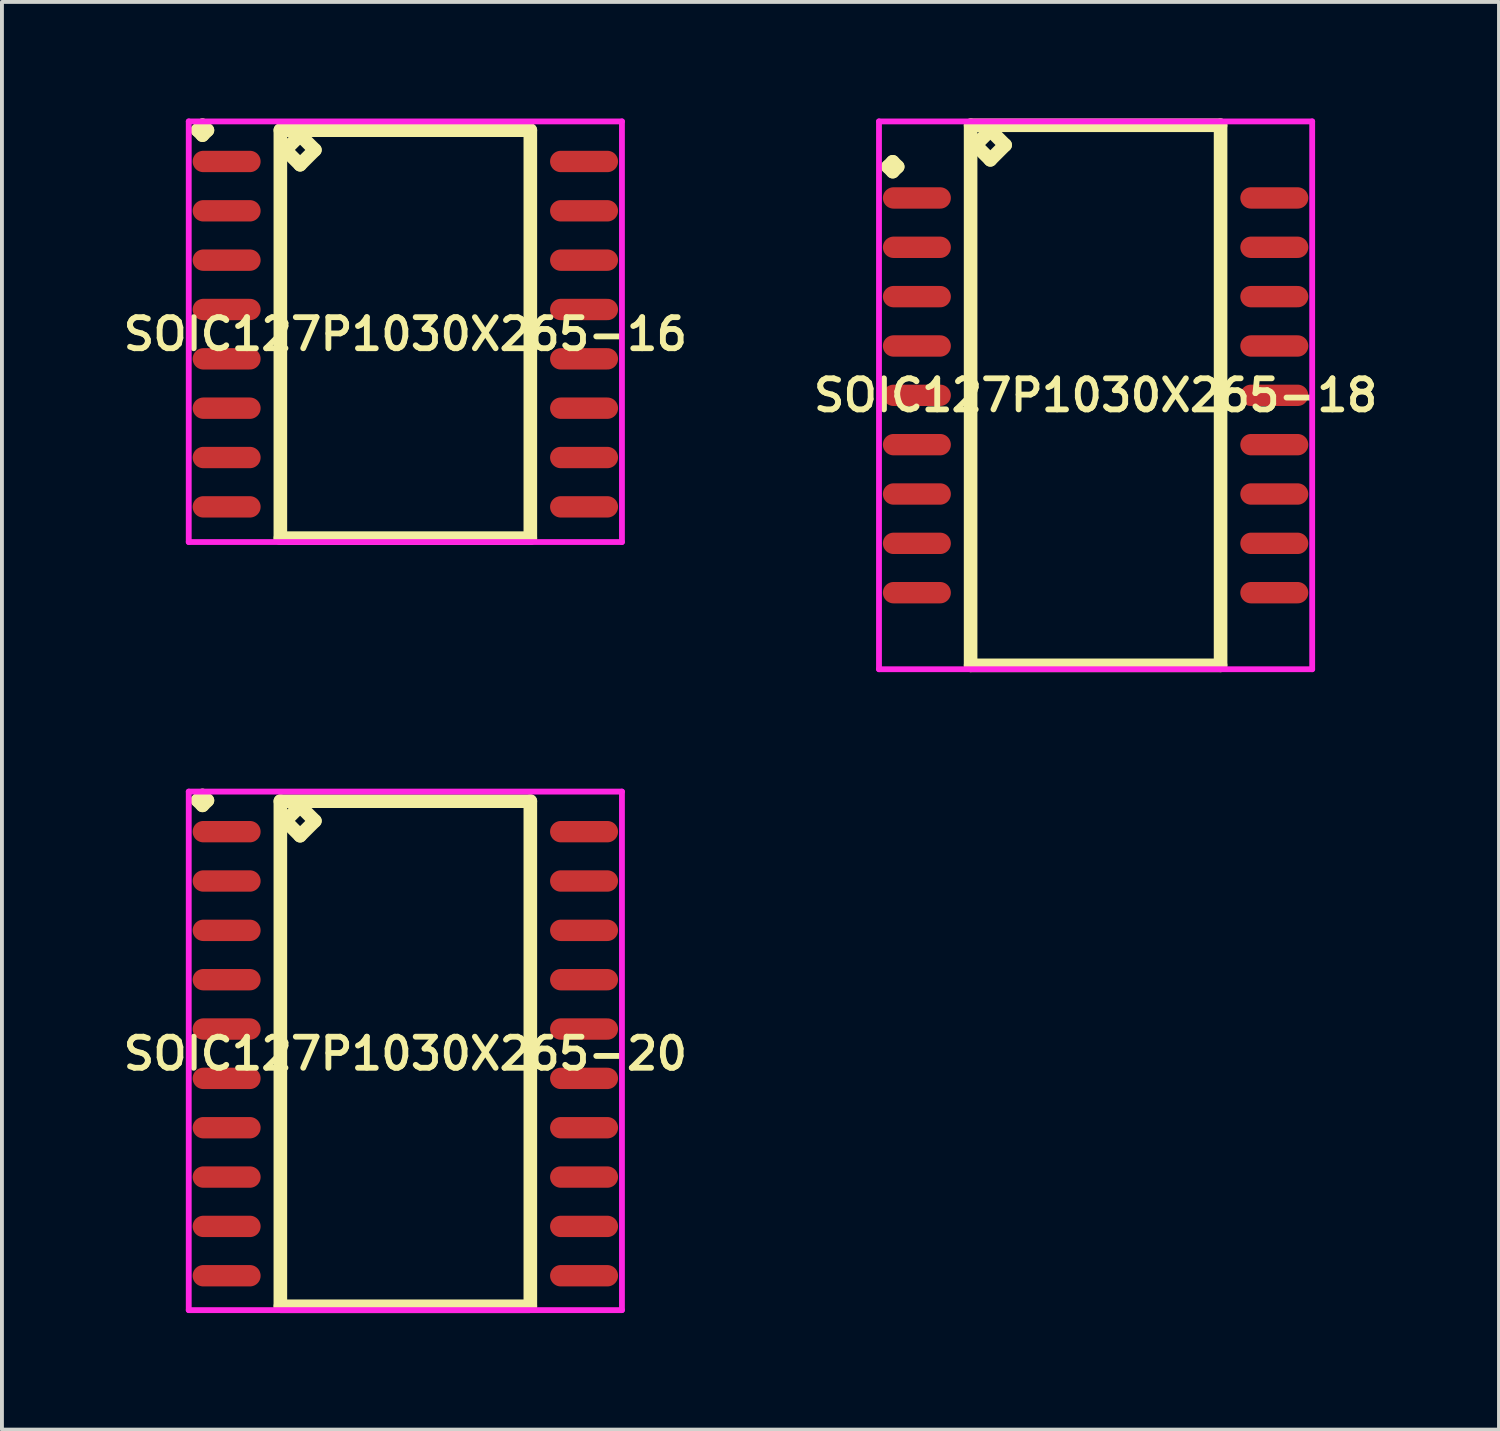
<source format=kicad_pcb>
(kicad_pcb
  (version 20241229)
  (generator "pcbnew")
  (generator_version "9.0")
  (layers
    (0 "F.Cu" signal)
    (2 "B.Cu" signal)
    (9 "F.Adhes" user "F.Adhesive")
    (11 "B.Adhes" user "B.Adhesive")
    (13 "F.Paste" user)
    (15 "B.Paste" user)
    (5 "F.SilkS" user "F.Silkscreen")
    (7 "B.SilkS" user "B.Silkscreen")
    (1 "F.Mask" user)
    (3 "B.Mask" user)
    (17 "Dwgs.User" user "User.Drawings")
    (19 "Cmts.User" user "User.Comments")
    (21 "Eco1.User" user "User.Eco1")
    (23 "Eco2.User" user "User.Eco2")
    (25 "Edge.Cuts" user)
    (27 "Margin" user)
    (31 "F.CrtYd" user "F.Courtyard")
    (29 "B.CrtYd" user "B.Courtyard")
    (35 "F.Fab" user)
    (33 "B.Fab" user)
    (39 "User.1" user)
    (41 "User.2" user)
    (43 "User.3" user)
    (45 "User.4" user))
  (footprint "SOIC127P1030X265-20"
    (layer "F.Cu")
    (at 7.383 24.071)
    (property "Reference" "SOIC127P1030X265-20" (at 0 0 0) (layer "F.SilkS") (effects (font (size 0.8 0.8) (thickness 0.15))))
    (attr through_hole)
    (fp_line (start -5.348 -6.519) (end -5.221 -6.646) (stroke (width 0.35) (type solid)) (layer "F.SilkS"))
    (fp_line (start -5.221 -6.646) (end -5.094 -6.519) (stroke (width 0.35) (type solid)) (layer "F.SilkS"))
    (fp_line (start -5.221 -6.392) (end -5.348 -6.519) (stroke (width 0.35) (type solid)) (layer "F.SilkS"))
    (fp_line (start -5.094 -6.519) (end -5.221 -6.392) (stroke (width 0.35) (type solid)) (layer "F.SilkS"))
    (fp_line (start -3.217 -6.5) (end -3.217 6.5) (stroke (width 0.35) (type solid)) (layer "F.SilkS"))
    (fp_line (start -3.217 6.5) (end 3.217 6.5) (stroke (width 0.35) (type solid)) (layer "F.SilkS"))
    (fp_line (start -3.09 -5.992) (end -2.709 -6.373) (stroke (width 0.35) (type solid)) (layer "F.SilkS"))
    (fp_line (start -2.709 -6.373) (end -2.328 -5.992) (stroke (width 0.35) (type solid)) (layer "F.SilkS"))
    (fp_line (start -2.709 -5.611) (end -3.09 -5.992) (stroke (width 0.35) (type solid)) (layer "F.SilkS"))
    (fp_line (start -2.328 -5.992) (end -2.709 -5.611) (stroke (width 0.35) (type solid)) (layer "F.SilkS"))
    (fp_line (start 3.217 -6.5) (end -3.217 -6.5) (stroke (width 0.35) (type solid)) (layer "F.SilkS"))
    (fp_line (start 3.217 6.5) (end 3.217 -6.5) (stroke (width 0.35) (type solid)) (layer "F.SilkS"))
    (fp_line (start -5.575 -6.746) (end 5.575 -6.746) (stroke (width 0.15) (type solid)) (layer "F.CrtYd"))
    (fp_line (start -5.575 6.6) (end -5.575 -6.746) (stroke (width 0.15) (type solid)) (layer "F.CrtYd"))
    (fp_line (start 5.575 -6.746) (end 5.575 6.6) (stroke (width 0.15) (type solid)) (layer "F.CrtYd"))
    (fp_line (start 5.575 6.6) (end -5.575 6.6) (stroke (width 0.15) (type solid)) (layer "F.CrtYd"))
    (pad "1" smd oval (at -4.6 -5.715) (size 1.75 0.55) (layers "F.Cu" "F.Mask" "F.Paste"))
    (pad "2" smd oval (at -4.6 -4.445) (size 1.75 0.55) (layers "F.Cu" "F.Mask" "F.Paste"))
    (pad "3" smd oval (at -4.6 -3.175) (size 1.75 0.55) (layers "F.Cu" "F.Mask" "F.Paste"))
    (pad "4" smd oval (at -4.6 -1.905) (size 1.75 0.55) (layers "F.Cu" "F.Mask" "F.Paste"))
    (pad "5" smd oval (at -4.6 -0.635) (size 1.75 0.55) (layers "F.Cu" "F.Mask" "F.Paste"))
    (pad "6" smd oval (at -4.6 0.635) (size 1.75 0.55) (layers "F.Cu" "F.Mask" "F.Paste"))
    (pad "7" smd oval (at -4.6 1.905) (size 1.75 0.55) (layers "F.Cu" "F.Mask" "F.Paste"))
    (pad "8" smd oval (at -4.6 3.175) (size 1.75 0.55) (layers "F.Cu" "F.Mask" "F.Paste"))
    (pad "9" smd oval (at -4.6 4.445) (size 1.75 0.55) (layers "F.Cu" "F.Mask" "F.Paste"))
    (pad "10" smd oval (at -4.6 5.715) (size 1.75 0.55) (layers "F.Cu" "F.Mask" "F.Paste"))
    (pad "11" smd oval (at 4.6 5.715) (size 1.75 0.55) (layers "F.Cu" "F.Mask" "F.Paste"))
    (pad "12" smd oval (at 4.6 4.445) (size 1.75 0.55) (layers "F.Cu" "F.Mask" "F.Paste"))
    (pad "13" smd oval (at 4.6 3.175) (size 1.75 0.55) (layers "F.Cu" "F.Mask" "F.Paste"))
    (pad "14" smd oval (at 4.6 1.905) (size 1.75 0.55) (layers "F.Cu" "F.Mask" "F.Paste"))
    (pad "15" smd oval (at 4.6 0.635) (size 1.75 0.55) (layers "F.Cu" "F.Mask" "F.Paste"))
    (pad "16" smd oval (at 4.6 -0.635) (size 1.75 0.55) (layers "F.Cu" "F.Mask" "F.Paste"))
    (pad "17" smd oval (at 4.6 -1.905) (size 1.75 0.55) (layers "F.Cu" "F.Mask" "F.Paste"))
    (pad "18" smd oval (at 4.6 -3.175) (size 1.75 0.55) (layers "F.Cu" "F.Mask" "F.Paste"))
    (pad "19" smd oval (at 4.6 -4.445) (size 1.75 0.55) (layers "F.Cu" "F.Mask" "F.Paste"))
    (pad "20" smd oval (at 4.6 -5.715) (size 1.75 0.55) (layers "F.Cu" "F.Mask" "F.Paste")))
  (footprint "SOIC127P1030X265-16"
    (layer "F.Cu")
    (at 7.383 5.551)
    (property "Reference" "SOIC127P1030X265-16" (at 0 0 0) (layer "F.SilkS") (effects (font (size 0.8 0.8) (thickness 0.15))))
    (attr smd)
    (fp_line (start -5.348 -5.249) (end -5.221 -5.376) (stroke (width 0.35) (type solid)) (layer "F.SilkS"))
    (fp_line (start -5.221 -5.376) (end -5.094 -5.249) (stroke (width 0.35) (type solid)) (layer "F.SilkS"))
    (fp_line (start -5.221 -5.122) (end -5.348 -5.249) (stroke (width 0.35) (type solid)) (layer "F.SilkS"))
    (fp_line (start -5.094 -5.249) (end -5.221 -5.122) (stroke (width 0.35) (type solid)) (layer "F.SilkS"))
    (fp_line (start -3.217 -5.25) (end -3.217 5.25) (stroke (width 0.35) (type solid)) (layer "F.SilkS"))
    (fp_line (start -3.217 5.25) (end 3.217 5.25) (stroke (width 0.35) (type solid)) (layer "F.SilkS"))
    (fp_line (start -3.09 -4.742) (end -2.709 -5.123) (stroke (width 0.35) (type solid)) (layer "F.SilkS"))
    (fp_line (start -2.709 -5.123) (end -2.328 -4.742) (stroke (width 0.35) (type solid)) (layer "F.SilkS"))
    (fp_line (start -2.709 -4.361) (end -3.09 -4.742) (stroke (width 0.35) (type solid)) (layer "F.SilkS"))
    (fp_line (start -2.328 -4.742) (end -2.709 -4.361) (stroke (width 0.35) (type solid)) (layer "F.SilkS"))
    (fp_line (start 3.217 -5.25) (end -3.217 -5.25) (stroke (width 0.35) (type solid)) (layer "F.SilkS"))
    (fp_line (start 3.217 5.25) (end 3.217 -5.25) (stroke (width 0.35) (type solid)) (layer "F.SilkS"))
    (fp_line (start -5.575 -5.476) (end 5.575 -5.476) (stroke (width 0.15) (type solid)) (layer "F.CrtYd"))
    (fp_line (start -5.575 5.35) (end -5.575 -5.476) (stroke (width 0.15) (type solid)) (layer "F.CrtYd"))
    (fp_line (start 5.575 -5.476) (end 5.575 5.35) (stroke (width 0.15) (type solid)) (layer "F.CrtYd"))
    (fp_line (start 5.575 5.35) (end -5.575 5.35) (stroke (width 0.15) (type solid)) (layer "F.CrtYd"))
    (pad "1" smd oval (at -4.6 -4.445) (size 1.75 0.55) (layers "F.Cu" "F.Mask" "F.Paste"))
    (pad "2" smd oval (at -4.6 -3.175) (size 1.75 0.55) (layers "F.Cu" "F.Mask" "F.Paste"))
    (pad "3" smd oval (at -4.6 -1.905) (size 1.75 0.55) (layers "F.Cu" "F.Mask" "F.Paste"))
    (pad "4" smd oval (at -4.6 -0.635) (size 1.75 0.55) (layers "F.Cu" "F.Mask" "F.Paste"))
    (pad "5" smd oval (at -4.6 0.635) (size 1.75 0.55) (layers "F.Cu" "F.Mask" "F.Paste"))
    (pad "6" smd oval (at -4.6 1.905) (size 1.75 0.55) (layers "F.Cu" "F.Mask" "F.Paste"))
    (pad "7" smd oval (at -4.6 3.175) (size 1.75 0.55) (layers "F.Cu" "F.Mask" "F.Paste"))
    (pad "8" smd oval (at -4.6 4.445) (size 1.75 0.55) (layers "F.Cu" "F.Mask" "F.Paste"))
    (pad "9" smd oval (at 4.6 4.445) (size 1.75 0.55) (layers "F.Cu" "F.Mask" "F.Paste"))
    (pad "10" smd oval (at 4.6 3.175) (size 1.75 0.55) (layers "F.Cu" "F.Mask" "F.Paste"))
    (pad "11" smd oval (at 4.6 1.905) (size 1.75 0.55) (layers "F.Cu" "F.Mask" "F.Paste"))
    (pad "12" smd oval (at 4.6 0.635) (size 1.75 0.55) (layers "F.Cu" "F.Mask" "F.Paste"))
    (pad "13" smd oval (at 4.6 -0.635) (size 1.75 0.55) (layers "F.Cu" "F.Mask" "F.Paste"))
    (pad "14" smd oval (at 4.6 -1.905) (size 1.75 0.55) (layers "F.Cu" "F.Mask" "F.Paste"))
    (pad "15" smd oval (at 4.6 -3.175) (size 1.75 0.55) (layers "F.Cu" "F.Mask" "F.Paste"))
    (pad "16" smd oval (at 4.6 -4.445) (size 1.75 0.55) (layers "F.Cu" "F.Mask" "F.Paste")))
  (footprint "SOIC127P1030X265-18"
    (layer "F.Cu")
    (at 25.149 7.125)
    (property "Reference" "SOIC127P1030X265-18" (at 0 0 0) (layer "F.SilkS") (effects (font (size 0.8 0.8) (thickness 0.15))))
    (attr smd)
    (fp_line (start -5.348 -5.884) (end -5.221 -6.011) (stroke (width 0.35) (type solid)) (layer "F.SilkS"))
    (fp_line (start -5.221 -6.011) (end -5.094 -5.884) (stroke (width 0.35) (type solid)) (layer "F.SilkS"))
    (fp_line (start -5.221 -5.757) (end -5.348 -5.884) (stroke (width 0.35) (type solid)) (layer "F.SilkS"))
    (fp_line (start -5.094 -5.884) (end -5.221 -5.757) (stroke (width 0.35) (type solid)) (layer "F.SilkS"))
    (fp_line (start -3.217 -6.95) (end -3.217 6.95) (stroke (width 0.35) (type solid)) (layer "F.SilkS"))
    (fp_line (start -3.217 6.95) (end 3.217 6.95) (stroke (width 0.35) (type solid)) (layer "F.SilkS"))
    (fp_line (start -3.09 -6.442) (end -2.709 -6.823) (stroke (width 0.35) (type solid)) (layer "F.SilkS"))
    (fp_line (start -2.709 -6.823) (end -2.328 -6.442) (stroke (width 0.35) (type solid)) (layer "F.SilkS"))
    (fp_line (start -2.709 -6.061) (end -3.09 -6.442) (stroke (width 0.35) (type solid)) (layer "F.SilkS"))
    (fp_line (start -2.328 -6.442) (end -2.709 -6.061) (stroke (width 0.35) (type solid)) (layer "F.SilkS"))
    (fp_line (start 3.217 -6.95) (end -3.217 -6.95) (stroke (width 0.35) (type solid)) (layer "F.SilkS"))
    (fp_line (start 3.217 6.95) (end 3.217 -6.95) (stroke (width 0.35) (type solid)) (layer "F.SilkS"))
    (fp_line (start -5.575 -7.05) (end 5.575 -7.05) (stroke (width 0.15) (type solid)) (layer "F.CrtYd"))
    (fp_line (start -5.575 7.05) (end -5.575 -7.05) (stroke (width 0.15) (type solid)) (layer "F.CrtYd"))
    (fp_line (start 5.575 -7.05) (end 5.575 7.05) (stroke (width 0.15) (type solid)) (layer "F.CrtYd"))
    (fp_line (start 5.575 7.05) (end -5.575 7.05) (stroke (width 0.15) (type solid)) (layer "F.CrtYd"))
    (pad "1" smd oval (at -4.6 -5.08) (size 1.75 0.55) (layers "F.Cu" "F.Mask" "F.Paste"))
    (pad "2" smd oval (at -4.6 -3.81) (size 1.75 0.55) (layers "F.Cu" "F.Mask" "F.Paste"))
    (pad "3" smd oval (at -4.6 -2.54) (size 1.75 0.55) (layers "F.Cu" "F.Mask" "F.Paste"))
    (pad "4" smd oval (at -4.6 -1.27) (size 1.75 0.55) (layers "F.Cu" "F.Mask" "F.Paste"))
    (pad "5" smd oval (at -4.6 0) (size 1.75 0.55) (layers "F.Cu" "F.Mask" "F.Paste"))
    (pad "6" smd oval (at -4.6 1.27) (size 1.75 0.55) (layers "F.Cu" "F.Mask" "F.Paste"))
    (pad "7" smd oval (at -4.6 2.54) (size 1.75 0.55) (layers "F.Cu" "F.Mask" "F.Paste"))
    (pad "8" smd oval (at -4.6 3.81) (size 1.75 0.55) (layers "F.Cu" "F.Mask" "F.Paste"))
    (pad "9" smd oval (at -4.6 5.08) (size 1.75 0.55) (layers "F.Cu" "F.Mask" "F.Paste"))
    (pad "10" smd oval (at 4.6 5.08) (size 1.75 0.55) (layers "F.Cu" "F.Mask" "F.Paste"))
    (pad "11" smd oval (at 4.6 3.81) (size 1.75 0.55) (layers "F.Cu" "F.Mask" "F.Paste"))
    (pad "12" smd oval (at 4.6 2.54) (size 1.75 0.55) (layers "F.Cu" "F.Mask" "F.Paste"))
    (pad "13" smd oval (at 4.6 1.27) (size 1.75 0.55) (layers "F.Cu" "F.Mask" "F.Paste"))
    (pad "14" smd oval (at 4.6 0) (size 1.75 0.55) (layers "F.Cu" "F.Mask" "F.Paste"))
    (pad "15" smd oval (at 4.6 -1.27) (size 1.75 0.55) (layers "F.Cu" "F.Mask" "F.Paste"))
    (pad "16" smd oval (at 4.6 -2.54) (size 1.75 0.55) (layers "F.Cu" "F.Mask" "F.Paste"))
    (pad "17" smd oval (at 4.6 -3.81) (size 1.75 0.55) (layers "F.Cu" "F.Mask" "F.Paste"))
    (pad "18" smd oval (at 4.6 -5.08) (size 1.75 0.55) (layers "F.Cu" "F.Mask" "F.Paste")))
  (gr_rect
    (start -3 -3)
    (end 35.532 33.746)
    (stroke (width 0.1) (type default))
    (fill no)
    (layer "Edge.Cuts")))
</source>
